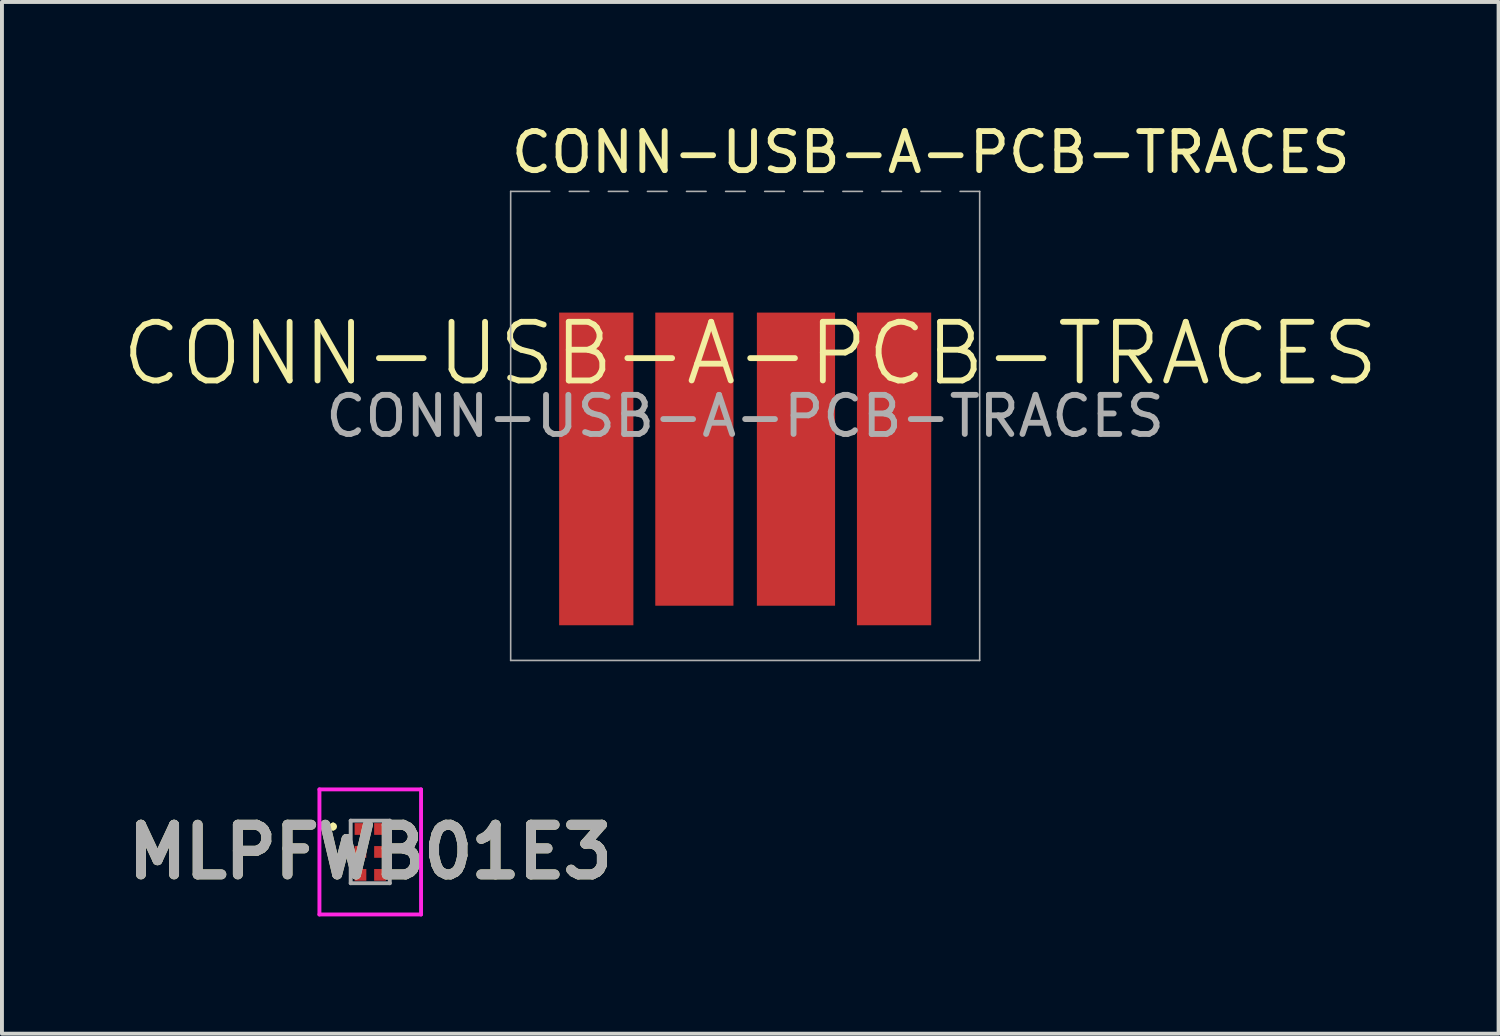
<source format=kicad_pcb>
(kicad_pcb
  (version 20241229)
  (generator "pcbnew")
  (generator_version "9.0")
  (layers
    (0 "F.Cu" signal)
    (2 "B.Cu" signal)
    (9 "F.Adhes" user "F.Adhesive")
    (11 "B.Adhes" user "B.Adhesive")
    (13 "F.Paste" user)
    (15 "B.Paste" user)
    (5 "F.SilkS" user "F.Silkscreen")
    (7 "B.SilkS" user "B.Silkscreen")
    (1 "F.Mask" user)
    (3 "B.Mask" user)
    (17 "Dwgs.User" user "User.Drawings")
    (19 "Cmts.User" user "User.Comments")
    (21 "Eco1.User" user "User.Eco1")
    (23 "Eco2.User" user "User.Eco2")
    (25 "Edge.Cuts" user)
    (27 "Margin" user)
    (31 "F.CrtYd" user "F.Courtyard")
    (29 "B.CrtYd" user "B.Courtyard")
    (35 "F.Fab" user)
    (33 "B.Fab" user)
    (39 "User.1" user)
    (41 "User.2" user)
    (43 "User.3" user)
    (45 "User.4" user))
  (footprint "MLPFWB01E3"
    (layer "F.Cu")
    (at 6.423 18.748)
    (property "Reference" "MLPFWB01E3" (at 0 0 0) (layer "F.SilkS") (effects (font (size 1.27 1.27) (thickness 0.254))))
    (attr smd)
    (fp_line (start -0.95 -0.7) (end -0.95 -0.7) (stroke (width 0.1) (type solid)) (layer "F.SilkS"))
    (fp_line (start -0.95 -0.6) (end -0.95 -0.6) (stroke (width 0.1) (type solid)) (layer "F.SilkS"))
    (fp_arc (start -0.95 -0.7) (mid -0.9 -0.65) (end -0.95 -0.6) (stroke (width 0.1) (type solid)) (layer "F.SilkS"))
    (fp_arc (start -0.95 -0.6) (mid -1 -0.65) (end -0.95 -0.7) (stroke (width 0.1) (type solid)) (layer "F.SilkS"))
    (fp_line (start -1.3 -1.6) (end 1.3 -1.6) (stroke (width 0.1) (type solid)) (layer "F.CrtYd"))
    (fp_line (start -1.3 1.6) (end -1.3 -1.6) (stroke (width 0.1) (type solid)) (layer "F.CrtYd"))
    (fp_line (start 1.3 -1.6) (end 1.3 1.6) (stroke (width 0.1) (type solid)) (layer "F.CrtYd"))
    (fp_line (start 1.3 1.6) (end -1.3 1.6) (stroke (width 0.1) (type solid)) (layer "F.CrtYd"))
    (fp_line (start -0.5 -0.8) (end 0.5 -0.8) (stroke (width 0.1) (type solid)) (layer "F.Fab"))
    (fp_line (start -0.5 0.8) (end -0.5 -0.8) (stroke (width 0.1) (type solid)) (layer "F.Fab"))
    (fp_line (start 0.5 -0.8) (end 0.5 0.8) (stroke (width 0.1) (type solid)) (layer "F.Fab"))
    (fp_line (start 0.5 0.8) (end -0.5 0.8) (stroke (width 0.1) (type solid)) (layer "F.Fab"))
    (fp_text user "${REFERENCE}" (at 0 0 0) (layer "F.Fab") (effects (font (size 1.27 1.27) (thickness 0.254))))
    (pad "A1" smd rect (at -0.25 -0.587 90) (size 0.3 0.3) (layers "F.Cu" "F.Mask" "F.Paste"))
    (pad "A2" smd rect (at -0.25 0 90) (size 0.3 0.3) (layers "F.Cu" "F.Mask" "F.Paste"))
    (pad "A3" smd rect (at -0.25 0.587 90) (size 0.3 0.3) (layers "F.Cu" "F.Mask" "F.Paste"))
    (pad "B1" smd rect (at 0.25 -0.587 90) (size 0.3 0.3) (layers "F.Cu" "F.Mask" "F.Paste"))
    (pad "B2" smd rect (at 0.25 0 90) (size 0.3 0.3) (layers "F.Cu" "F.Mask" "F.Paste"))
    (pad "B3" smd rect (at 0.25 0.587 90) (size 0.3 0.3) (layers "F.Cu" "F.Mask" "F.Paste")))
  (footprint "CONN-USB-A-PCB-TRACES"
    (layer "F.Cu")
    (at 16.016 13.848)
    (property "Reference" "CONN-USB-A-PCB-TRACES" (at 0.13 -7.85 0) (layer "F.SilkS") (effects (font (size 1.5 1.5) (thickness 0.15))))
    (attr exclude_from_pos_files exclude_from_bom)
    (fp_line (start -6 -12) (end -5 -12) (stroke (width 0.041) (type solid)) (layer "F.Fab"))
    (fp_line (start -6 0) (end -6 -12) (stroke (width 0.041) (type solid)) (layer "F.Fab"))
    (fp_line (start -4.5 -12) (end -4 -12) (stroke (width 0.041) (type solid)) (layer "F.Fab"))
    (fp_line (start -3.5 -12) (end -3 -12) (stroke (width 0.041) (type solid)) (layer "F.Fab"))
    (fp_line (start -2.5 -12) (end -2 -12) (stroke (width 0.041) (type solid)) (layer "F.Fab"))
    (fp_line (start -1.5 -12) (end -1 -12) (stroke (width 0.041) (type solid)) (layer "F.Fab"))
    (fp_line (start -0.5 -12) (end 0 -12) (stroke (width 0.041) (type solid)) (layer "F.Fab"))
    (fp_line (start 0.5 -12) (end 1 -12) (stroke (width 0.041) (type solid)) (layer "F.Fab"))
    (fp_line (start 1.5 -12) (end 2 -12) (stroke (width 0.041) (type solid)) (layer "F.Fab"))
    (fp_line (start 2.5 -12) (end 3 -12) (stroke (width 0.041) (type solid)) (layer "F.Fab"))
    (fp_line (start 3.5 -12) (end 4 -12) (stroke (width 0.041) (type solid)) (layer "F.Fab"))
    (fp_line (start 4.5 -12) (end 5 -12) (stroke (width 0.041) (type solid)) (layer "F.Fab"))
    (fp_line (start 5.5 -12) (end 6 -12) (stroke (width 0.041) (type solid)) (layer "F.Fab"))
    (fp_line (start 6 -12) (end 6 0) (stroke (width 0.041) (type solid)) (layer "F.Fab"))
    (fp_line (start 6 0) (end -6 0) (stroke (width 0.041) (type solid)) (layer "F.Fab"))
    (fp_text user "${REFERENCE}" (at 4.75 -13 0) (layer "F.SilkS") (effects (font (size 1 1) (thickness 0.15))))
    (fp_text user "${REFERENCE}" (at 0 -6.25 0) (layer "F.Fab") (effects (font (size 1 1) (thickness 0.15))))
    (pad "1" connect rect (at 3.81 -4.9) (size 1.9 8) (layers "F.Cu" "F.Mask"))
    (pad "2" connect rect (at 1.3 -5.15) (size 2 7.5) (layers "F.Cu" "F.Mask"))
    (pad "3" connect rect (at -1.3 -5.15) (size 2 7.5) (layers "F.Cu" "F.Mask"))
    (pad "4" connect rect (at -3.81 -4.9) (size 1.9 8) (layers "F.Cu" "F.Mask")))
  (gr_rect
    (start -3 -3)
    (end 35.293 23.398)
    (stroke (width 0.1) (type default))
    (fill no)
    (layer "Edge.Cuts")))
</source>
